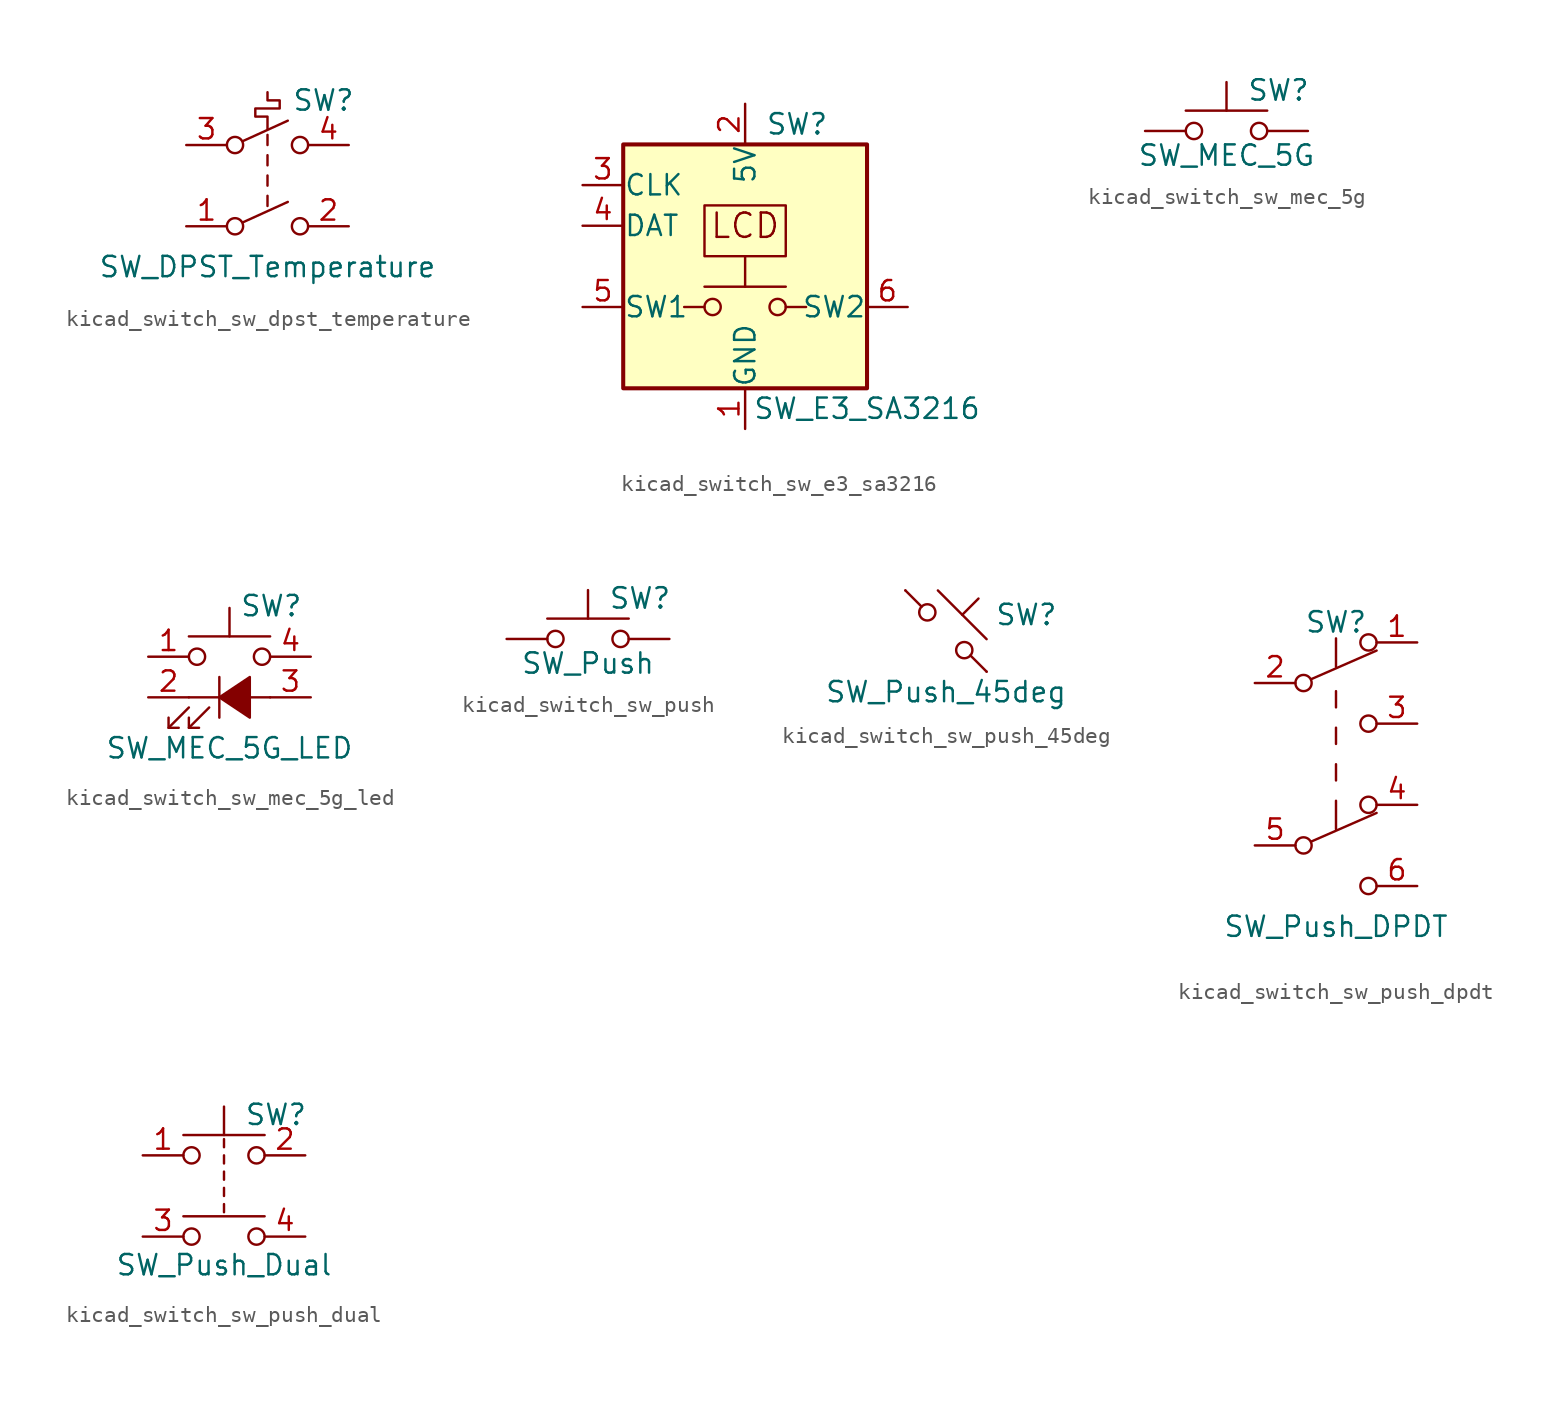
<source format=kicad_sym>
(kicad_symbol_lib
  (version 20220914)
  (generator kicad_symbol_editor)
  (symbol "kicad_switch_sw_dpst_temperature"
    (pin_names
      (offset 0) hide)
    (property "Reference" "SW"
      (at 1.524 5.334 0)
      (effects (font (size 1.27 1.27)) (justify left)))
    (property "Value" "SW_DPST_Temperature"
      (at 0 -5.08 0)
      (effects (font (size 1.27 1.27))))
    (symbol "kicad_switch_sw_dpst_temperature_0_0"
      (circle (center -2.032 -2.54) (radius 0.508) (stroke (width 0) (type default)) (fill (type none)))
      (circle (center -2.032 2.54) (radius 0.508) (stroke (width 0) (type default)) (fill (type none)))
      (polyline (pts (xy -1.524 -2.286) (xy 1.27 -1.016)) (stroke (width 0) (type default)) (fill (type none)))
      (polyline (pts (xy -1.524 2.794) (xy 1.27 4.064)) (stroke (width 0) (type default)) (fill (type none)))
      (polyline (pts (xy 0 -1.27) (xy 0 -0.635)) (stroke (width 0) (type default)) (fill (type none)))
      (polyline (pts (xy 0 0) (xy 0 0.635)) (stroke (width 0) (type default)) (fill (type none)))
      (polyline (pts (xy 0 1.27) (xy 0 1.905)) (stroke (width 0) (type default)) (fill (type none)))
      (polyline (pts (xy 0 2.54) (xy 0 3.175)) (stroke (width 0) (type default)) (fill (type none)))
      (polyline (pts (xy 0 3.556) (xy 0 4.318) (xy -0.762 4.318) (xy -0.762 4.826) (xy 0.762 4.826) (xy 0.762 5.334) (xy 0 5.334) (xy 0 5.842)) (stroke (width 0) (type default)) (fill (type none)))
      (circle (center 2.032 -2.54) (radius 0.508) (stroke (width 0) (type default)) (fill (type none)))
      (circle (center 2.032 2.54) (radius 0.508) (stroke (width 0) (type default)) (fill (type none))))
    (symbol "kicad_switch_sw_dpst_temperature_1_1"
      (pin passive line (at -5.08 -2.54 0) (length 2.54) (name "1" (effects (font (size 1.27 1.27)))) (number "1" (effects (font (size 1.27 1.27)))))
      (pin passive line (at 5.08 -2.54 180) (length 2.54) (name "2" (effects (font (size 1.27 1.27)))) (number "2" (effects (font (size 1.27 1.27)))))
      (pin passive line (at -5.08 2.54 0) (length 2.54) (name "3" (effects (font (size 1.27 1.27)))) (number "3" (effects (font (size 1.27 1.27)))))
      (pin passive line (at 5.08 2.54 180) (length 2.54) (name "4" (effects (font (size 1.27 1.27)))) (number "4" (effects (font (size 1.27 1.27)))))))
  (symbol "kicad_switch_sw_e3_sa3216"
    (pin_names
      (offset 0.025))
    (property "Reference" "SW"
      (at 1.27 8.89 0)
      (effects (font (size 1.27 1.27)) (justify left)))
    (property "Value" "SW_E3_SA3216"
      (at 7.62 -8.89 0)
      (effects (font (size 1.27 1.27))))
    (symbol "kicad_switch_sw_e3_sa3216_0_0"
      (rectangle (start -7.62 7.62) (end 7.62 -7.62) (stroke (width 0.254) (type default)) (fill (type background)))
      (polyline (pts (xy -2.54 -2.54) (xy -3.81 -2.54)) (stroke (width 0) (type default)) (fill (type none)))
      (polyline (pts (xy 2.54 -2.54) (xy 3.81 -2.54)) (stroke (width 0) (type default)) (fill (type none)))
      (text "LCD" (at 0 2.54 0) (effects (font (size 1.524 1.524)))))
    (symbol "kicad_switch_sw_e3_sa3216_0_1"
      (circle (center -2.032 -2.54) (radius 0.508) (stroke (width 0) (type default)) (fill (type none)))
      (polyline (pts (xy 2.54 -1.27) (xy -2.54 -1.27)) (stroke (width 0) (type default)) (fill (type none)))
      (polyline (pts (xy 0 -1.27) (xy 0 0.635) (xy -2.54 0.635) (xy -2.54 3.81) (xy 2.54 3.81) (xy 2.54 0.635) (xy 0 0.635)) (stroke (width 0) (type default)) (fill (type none)))
      (circle (center 2.032 -2.54) (radius 0.508) (stroke (width 0) (type default)) (fill (type none)))
      (pin power_in line (at 0 -10.16 90) (length 2.54) (name "GND" (effects (font (size 1.27 1.27)))) (number "1" (effects (font (size 1.27 1.27)))))
      (pin power_in line (at 0 10.16 270) (length 2.54) (name "5V" (effects (font (size 1.27 1.27)))) (number "2" (effects (font (size 1.27 1.27)))))
      (pin input line (at -10.16 5.08 0) (length 2.54) (name "CLK" (effects (font (size 1.27 1.27)))) (number "3" (effects (font (size 1.27 1.27)))))
      (pin input line (at -10.16 2.54 0) (length 2.54) (name "DAT" (effects (font (size 1.27 1.27)))) (number "4" (effects (font (size 1.27 1.27))))))
    (symbol "kicad_switch_sw_e3_sa3216_1_1"
      (pin passive line (at -10.16 -2.54 0) (length 2.54) (name "SW1" (effects (font (size 1.27 1.27)))) (number "5" (effects (font (size 1.27 1.27)))))
      (pin passive line (at 10.16 -2.54 180) (length 2.54) (name "SW2" (effects (font (size 1.27 1.27)))) (number "6" (effects (font (size 1.27 1.27)))))))
  (symbol "kicad_switch_sw_mec_5g"
    (pin_numbers hide)
    (pin_names
      (offset 1.016) hide)
    (property "Reference" "SW"
      (at 1.27 2.54 0)
      (effects (font (size 1.27 1.27)) (justify left)))
    (property "Value" "SW_MEC_5G"
      (at 0 -1.524 0)
      (effects (font (size 1.27 1.27))))
    (symbol "kicad_switch_sw_mec_5g_0_1"
      (circle (center -2.032 0) (radius 0.508) (stroke (width 0) (type default)) (fill (type none)))
      (polyline (pts (xy 0 1.27) (xy 0 3.048)) (stroke (width 0) (type default)) (fill (type none)))
      (polyline (pts (xy 2.54 1.27) (xy -2.54 1.27)) (stroke (width 0) (type default)) (fill (type none)))
      (circle (center 2.032 0) (radius 0.508) (stroke (width 0) (type default)) (fill (type none)))
      (pin passive line (at -5.08 0 0) (length 2.54) (name "A" (effects (font (size 1.27 1.27)))) (number "1" (effects (font (size 1.27 1.27)))))
      (pin passive line (at 5.08 0 180) (length 2.54) (name "B" (effects (font (size 1.27 1.27)))) (number "3" (effects (font (size 1.27 1.27))))))
    (symbol "kicad_switch_sw_mec_5g_1_1"
      (pin passive line (at -5.08 0 0) (length 2.54) hide (name "A" (effects (font (size 1.27 1.27)))) (number "2" (effects (font (size 1.27 1.27)))))
      (pin passive line (at 5.08 0 180) (length 2.54) hide (name "B" (effects (font (size 1.27 1.27)))) (number "4" (effects (font (size 1.27 1.27)))))))
  (symbol "kicad_switch_sw_mec_5g_led"
    (pin_names
      (offset 1.016) hide)
    (property "Reference" "SW"
      (at 0.635 5.715 0)
      (effects (font (size 1.27 1.27)) (justify left)))
    (property "Value" "SW_MEC_5G_LED"
      (at 0 -3.175 0)
      (effects (font (size 1.27 1.27))))
    (symbol "kicad_switch_sw_mec_5g_led_0_0"
      (polyline (pts (xy -3.81 -1.905) (xy -2.54 -0.635)) (stroke (width 0) (type default)) (fill (type none)))
      (polyline (pts (xy -2.54 -1.905) (xy -1.27 -0.635)) (stroke (width 0) (type default)) (fill (type none)))
      (polyline (pts (xy -2.54 0) (xy 2.54 0)) (stroke (width 0) (type default)) (fill (type none)))
      (polyline (pts (xy -0.635 1.27) (xy -0.635 -1.27)) (stroke (width 0) (type default)) (fill (type none)))
      (polyline (pts (xy -3.81 -1.27) (xy -3.81 -1.905) (xy -3.175 -1.905)) (stroke (width 0) (type default)) (fill (type none)))
      (polyline (pts (xy -2.54 -1.27) (xy -2.54 -1.905) (xy -1.905 -1.905)) (stroke (width 0) (type default)) (fill (type none)))
      (polyline (pts (xy -0.635 0) (xy 1.27 1.27) (xy 1.27 -1.27) (xy -0.635 0)) (stroke (width 0) (type default)) (fill (type outline))))
    (symbol "kicad_switch_sw_mec_5g_led_0_1"
      (circle (center -2.032 2.54) (radius 0.508) (stroke (width 0) (type default)) (fill (type none)))
      (polyline (pts (xy 0 3.81) (xy 0 5.588)) (stroke (width 0) (type default)) (fill (type none)))
      (polyline (pts (xy 2.54 3.81) (xy -2.54 3.81)) (stroke (width 0) (type default)) (fill (type none)))
      (circle (center 2.032 2.54) (radius 0.508) (stroke (width 0) (type default)) (fill (type none)))
      (pin passive line (at -5.08 2.54 0) (length 2.54) (name "1" (effects (font (size 1.27 1.27)))) (number "1" (effects (font (size 1.27 1.27)))))
      (pin passive line (at -5.08 0 0) (length 2.54) (name "2" (effects (font (size 1.27 1.27)))) (number "2" (effects (font (size 1.27 1.27)))))
      (pin passive line (at 5.08 0 180) (length 2.54) (name "K" (effects (font (size 1.27 1.27)))) (number "3" (effects (font (size 1.27 1.27)))))
      (pin passive line (at 5.08 2.54 180) (length 2.54) (name "A" (effects (font (size 1.27 1.27)))) (number "4" (effects (font (size 1.27 1.27)))))))
  (symbol "kicad_switch_sw_push"
    (pin_numbers hide)
    (pin_names
      (offset 1.016) hide)
    (property "Reference" "SW"
      (at 1.27 2.54 0)
      (effects (font (size 1.27 1.27)) (justify left)))
    (property "Value" "SW_Push"
      (at 0 -1.524 0)
      (effects (font (size 1.27 1.27))))
    (symbol "kicad_switch_sw_push_0_1"
      (circle (center -2.032 0) (radius 0.508) (stroke (width 0) (type default)) (fill (type none)))
      (polyline (pts (xy 0 1.27) (xy 0 3.048)) (stroke (width 0) (type default)) (fill (type none)))
      (polyline (pts (xy 2.54 1.27) (xy -2.54 1.27)) (stroke (width 0) (type default)) (fill (type none)))
      (circle (center 2.032 0) (radius 0.508) (stroke (width 0) (type default)) (fill (type none)))
      (pin passive line (at -5.08 0 0) (length 2.54) (name "1" (effects (font (size 1.27 1.27)))) (number "1" (effects (font (size 1.27 1.27)))))
      (pin passive line (at 5.08 0 180) (length 2.54) (name "2" (effects (font (size 1.27 1.27)))) (number "2" (effects (font (size 1.27 1.27)))))))
  (symbol "kicad_switch_sw_push_45deg"
    (pin_numbers hide)
    (pin_names
      (offset 1.016) hide)
    (property "Reference" "SW"
      (at 3.048 1.016 0)
      (effects (font (size 1.27 1.27)) (justify left)))
    (property "Value" "SW_Push_45deg"
      (at 0 -3.81 0)
      (effects (font (size 1.27 1.27))))
    (symbol "kicad_switch_sw_push_45deg_0_1"
      (circle (center -1.168 1.168) (radius 0.508) (stroke (width 0) (type default)) (fill (type none)))
      (polyline (pts (xy -0.508 2.54) (xy 2.54 -0.508)) (stroke (width 0) (type default)) (fill (type none)))
      (polyline (pts (xy 1.016 1.016) (xy 2.032 2.032)) (stroke (width 0) (type default)) (fill (type none)))
      (polyline (pts (xy -2.54 2.54) (xy -1.524 1.524) (xy -1.524 1.524)) (stroke (width 0) (type default)) (fill (type none)))
      (polyline (pts (xy 1.524 -1.524) (xy 2.54 -2.54) (xy 2.54 -2.54) (xy 2.54 -2.54)) (stroke (width 0) (type default)) (fill (type none)))
      (circle (center 1.143 -1.194) (radius 0.508) (stroke (width 0) (type default)) (fill (type none)))
      (pin passive line (at -2.54 2.54 0) (length 0) (name "1" (effects (font (size 1.27 1.27)))) (number "1" (effects (font (size 1.27 1.27)))))
      (pin passive line (at 2.54 -2.54 180) (length 0) (name "2" (effects (font (size 1.27 1.27)))) (number "2" (effects (font (size 1.27 1.27)))))))
  (symbol "kicad_switch_sw_push_dpdt"
    (pin_names
      (offset 0) hide)
    (property "Reference" "SW"
      (at 0 8.89 0)
      (effects (font (size 1.27 1.27))))
    (property "Value" "SW_Push_DPDT"
      (at 0 -10.16 0)
      (effects (font (size 1.27 1.27))))
    (symbol "kicad_switch_sw_push_dpdt_0_0"
      (circle (center -2.032 -5.08) (radius 0.508) (stroke (width 0) (type default)) (fill (type none)))
      (circle (center -2.032 5.08) (radius 0.508) (stroke (width 0) (type default)) (fill (type none)))
      (circle (center 2.032 -7.62) (radius 0.508) (stroke (width 0) (type default)) (fill (type none)))
      (circle (center 2.032 2.54) (radius 0.508) (stroke (width 0) (type default)) (fill (type none))))
    (symbol "kicad_switch_sw_push_dpdt_0_1"
      (polyline (pts (xy -1.524 -4.826) (xy 2.54 -3.048)) (stroke (width 0) (type default)) (fill (type none)))
      (polyline (pts (xy -1.524 5.334) (xy 2.54 7.112)) (stroke (width 0) (type default)) (fill (type none)))
      (polyline (pts (xy 0 -2.286) (xy 0 -4.064)) (stroke (width 0) (type default)) (fill (type none)))
      (polyline (pts (xy 0 -1.016) (xy 0 0)) (stroke (width 0) (type default)) (fill (type none)))
      (polyline (pts (xy 0 1.27) (xy 0 2.286)) (stroke (width 0) (type default)) (fill (type none)))
      (polyline (pts (xy 0 3.556) (xy 0 4.572)) (stroke (width 0) (type default)) (fill (type none)))
      (polyline (pts (xy 0 7.874) (xy 0 6.096)) (stroke (width 0) (type default)) (fill (type none)))
      (circle (center 2.032 -2.54) (radius 0.508) (stroke (width 0) (type default)) (fill (type none)))
      (circle (center 2.032 7.62) (radius 0.508) (stroke (width 0) (type default)) (fill (type none))))
    (symbol "kicad_switch_sw_push_dpdt_1_1"
      (pin passive line (at 5.08 7.62 180) (length 2.54) (name "A" (effects (font (size 1.27 1.27)))) (number "1" (effects (font (size 1.27 1.27)))))
      (pin passive line (at -5.08 5.08 0) (length 2.54) (name "B" (effects (font (size 1.27 1.27)))) (number "2" (effects (font (size 1.27 1.27)))))
      (pin passive line (at 5.08 2.54 180) (length 2.54) (name "C" (effects (font (size 1.27 1.27)))) (number "3" (effects (font (size 1.27 1.27)))))
      (pin passive line (at 5.08 -2.54 180) (length 2.54) (name "A" (effects (font (size 1.27 1.27)))) (number "4" (effects (font (size 1.27 1.27)))))
      (pin passive line (at -5.08 -5.08 0) (length 2.54) (name "B" (effects (font (size 1.27 1.27)))) (number "5" (effects (font (size 1.27 1.27)))))
      (pin passive line (at 5.08 -7.62 180) (length 2.54) (name "C" (effects (font (size 1.27 1.27)))) (number "6" (effects (font (size 1.27 1.27)))))))
  (symbol "kicad_switch_sw_push_dual"
    (pin_names
      (offset 1.016) hide)
    (property "Reference" "SW"
      (at 1.27 2.54 0)
      (effects (font (size 1.27 1.27)) (justify left)))
    (property "Value" "SW_Push_Dual"
      (at 0 -6.858 0)
      (effects (font (size 1.27 1.27))))
    (symbol "kicad_switch_sw_push_dual_0_1"
      (circle (center -2.032 -5.08) (radius 0.508) (stroke (width 0) (type default)) (fill (type none)))
      (circle (center -2.032 0) (radius 0.508) (stroke (width 0) (type default)) (fill (type none)))
      (polyline (pts (xy 0 -3.048) (xy 0 -3.556)) (stroke (width 0) (type default)) (fill (type none)))
      (polyline (pts (xy 0 -2.032) (xy 0 -2.54)) (stroke (width 0) (type default)) (fill (type none)))
      (polyline (pts (xy 0 -1.524) (xy 0 -1.016)) (stroke (width 0) (type default)) (fill (type none)))
      (polyline (pts (xy 0 -0.508) (xy 0 0)) (stroke (width 0) (type default)) (fill (type none)))
      (polyline (pts (xy 0 0.508) (xy 0 1.016)) (stroke (width 0) (type default)) (fill (type none)))
      (polyline (pts (xy 0 1.27) (xy 0 3.048)) (stroke (width 0) (type default)) (fill (type none)))
      (polyline (pts (xy 2.54 -3.81) (xy -2.54 -3.81)) (stroke (width 0) (type default)) (fill (type none)))
      (polyline (pts (xy 2.54 1.27) (xy -2.54 1.27)) (stroke (width 0) (type default)) (fill (type none)))
      (circle (center 2.032 -5.08) (radius 0.508) (stroke (width 0) (type default)) (fill (type none)))
      (circle (center 2.032 0) (radius 0.508) (stroke (width 0) (type default)) (fill (type none)))
      (pin passive line (at -5.08 0 0) (length 2.54) (name "1" (effects (font (size 1.27 1.27)))) (number "1" (effects (font (size 1.27 1.27)))))
      (pin passive line (at 5.08 0 180) (length 2.54) (name "2" (effects (font (size 1.27 1.27)))) (number "2" (effects (font (size 1.27 1.27)))))
      (pin passive line (at -5.08 -5.08 0) (length 2.54) (name "3" (effects (font (size 1.27 1.27)))) (number "3" (effects (font (size 1.27 1.27)))))
      (pin passive line (at 5.08 -5.08 180) (length 2.54) (name "4" (effects (font (size 1.27 1.27)))) (number "4" (effects (font (size 1.27 1.27))))))))
</source>
